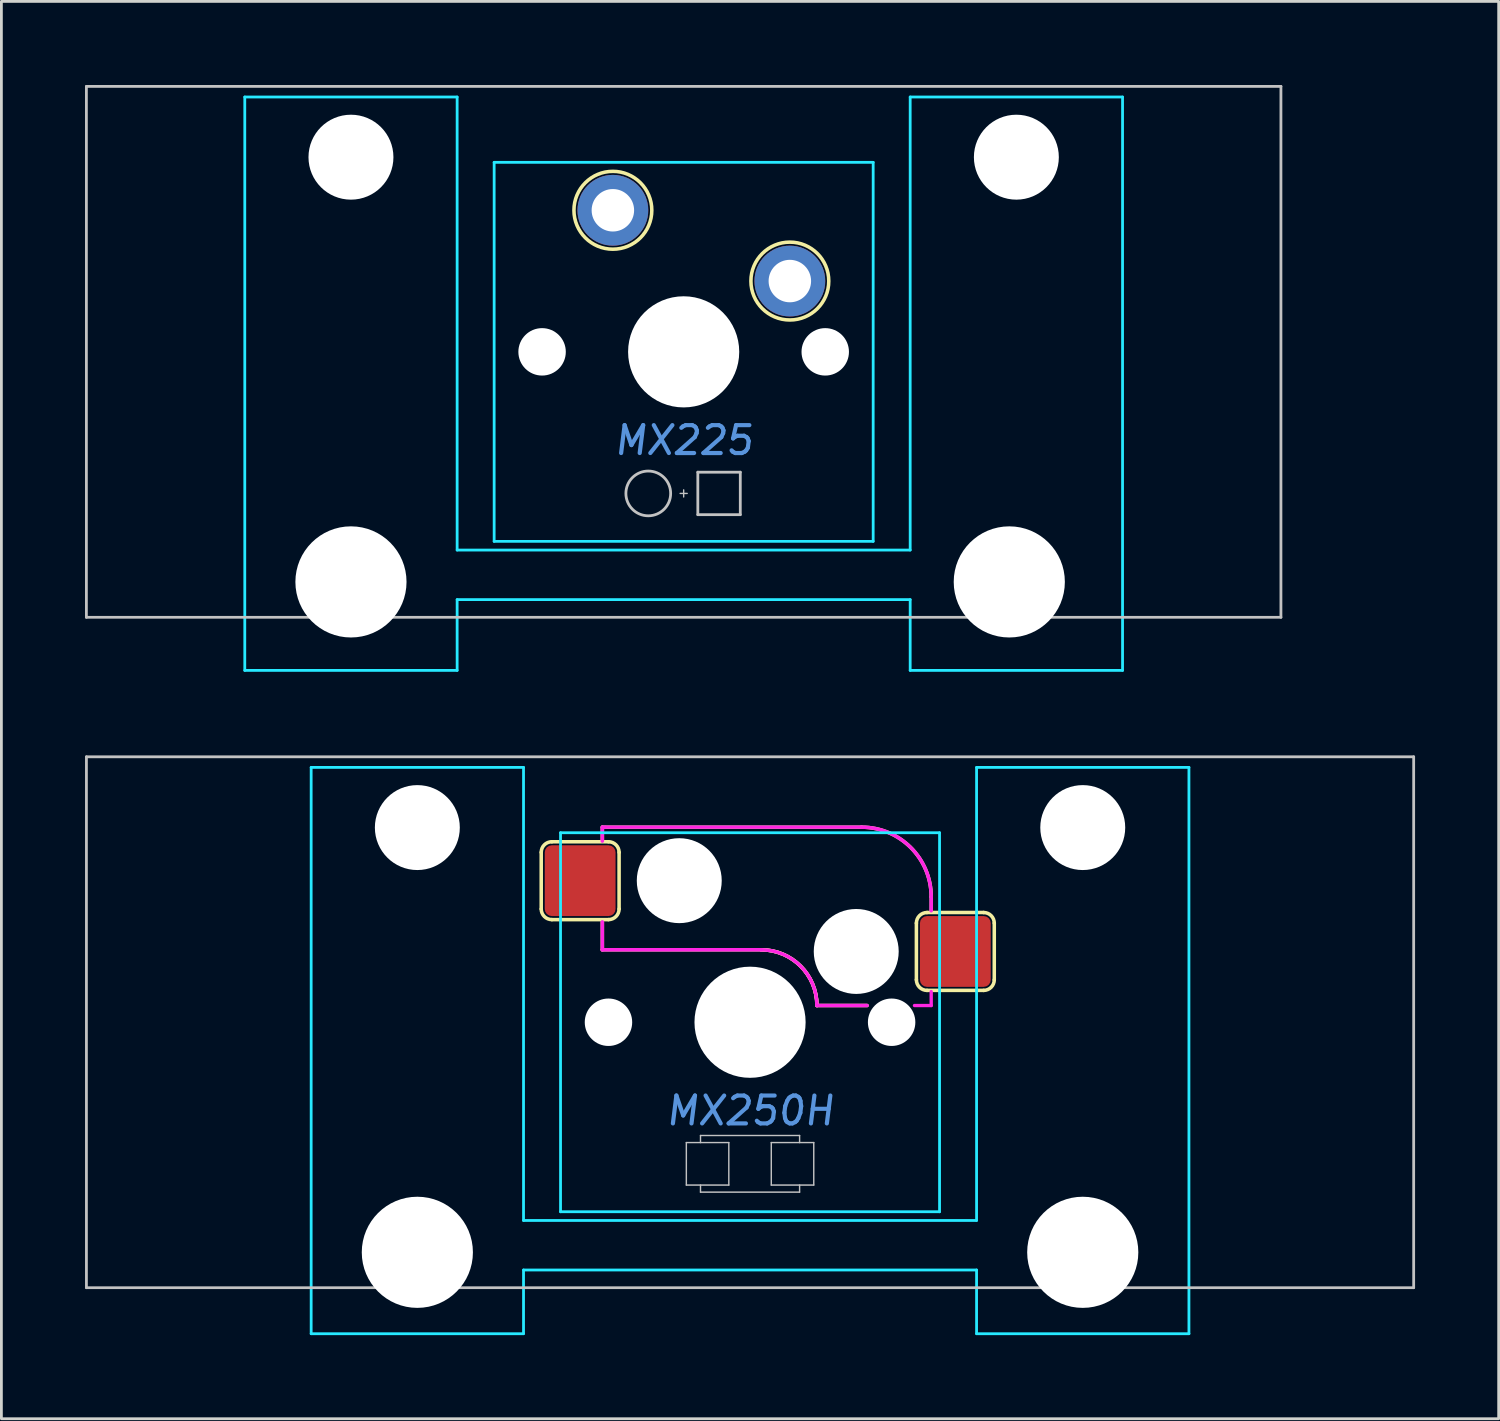
<source format=kicad_pcb>
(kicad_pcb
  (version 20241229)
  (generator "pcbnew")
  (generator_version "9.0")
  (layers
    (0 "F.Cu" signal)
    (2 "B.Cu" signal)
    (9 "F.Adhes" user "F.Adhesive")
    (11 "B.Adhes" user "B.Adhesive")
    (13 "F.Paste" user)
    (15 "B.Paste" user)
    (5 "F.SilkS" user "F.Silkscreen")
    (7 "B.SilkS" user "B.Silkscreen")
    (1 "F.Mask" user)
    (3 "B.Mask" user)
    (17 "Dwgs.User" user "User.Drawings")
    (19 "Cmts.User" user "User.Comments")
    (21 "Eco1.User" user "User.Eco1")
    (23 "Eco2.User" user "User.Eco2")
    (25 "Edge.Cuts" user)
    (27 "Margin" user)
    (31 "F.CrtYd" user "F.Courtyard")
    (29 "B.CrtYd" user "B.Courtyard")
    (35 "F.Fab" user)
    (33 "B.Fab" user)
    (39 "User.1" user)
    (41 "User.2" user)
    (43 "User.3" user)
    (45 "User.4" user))
  (footprint "MX225"
    (layer "F.Cu")
    (at 21.481 9.575)
    (property "Reference" "MX225" (at 0 3.175 0) (layer "Cmts.User") (effects (font (size 1 1) (thickness 0.15) (italic yes))))
    (attr through_hole)
    (fp_circle (center -2.54 -5.08) (end -1.143 -5.08) (stroke (width 0.127) (type solid)) (fill no) (layer "F.SilkS"))
    (fp_circle (center 3.81 -2.54) (end 5.207 -2.54) (stroke (width 0.127) (type solid)) (fill no) (layer "F.SilkS"))
    (fp_line (start -21.431 -9.525) (end -21.431 9.525) (stroke (width 0.1) (type solid)) (layer "Dwgs.User"))
    (fp_line (start -21.431 -9.525) (end 21.431 -9.525) (stroke (width 0.1) (type solid)) (layer "Dwgs.User"))
    (fp_line (start -21.431 9.525) (end 21.431 9.525) (stroke (width 0.1) (type solid)) (layer "Dwgs.User"))
    (fp_line (start -0.127 5.08) (end 0.127 5.08) (stroke (width 0.05) (type solid)) (layer "Dwgs.User"))
    (fp_line (start 0 5.207) (end 0 4.953) (stroke (width 0.05) (type solid)) (layer "Dwgs.User"))
    (fp_line (start 0.508 4.318) (end 0.508 5.842) (stroke (width 0.1) (type solid)) (layer "Dwgs.User"))
    (fp_line (start 0.508 4.318) (end 2.032 4.318) (stroke (width 0.1) (type solid)) (layer "Dwgs.User"))
    (fp_line (start 0.508 5.842) (end 2.032 5.842) (stroke (width 0.1) (type solid)) (layer "Dwgs.User"))
    (fp_line (start 2.032 5.842) (end 2.032 4.318) (stroke (width 0.1) (type solid)) (layer "Dwgs.User"))
    (fp_line (start 21.431 -9.525) (end 21.431 9.525) (stroke (width 0.1) (type solid)) (layer "Dwgs.User"))
    (fp_circle (center -1.27 5.08) (end -0.467 5.08) (stroke (width 0.1) (type solid)) (fill no) (layer "Dwgs.User"))
    (fp_line (start -15.748 -9.144) (end -8.128 -9.144) (stroke (width 0.1) (type solid)) (layer "B.CrtYd"))
    (fp_line (start -15.748 11.43) (end -15.748 -9.144) (stroke (width 0.1) (type solid)) (layer "B.CrtYd"))
    (fp_line (start -8.128 -9.144) (end -8.128 7.112) (stroke (width 0.1) (type solid)) (layer "B.CrtYd"))
    (fp_line (start -8.128 7.112) (end 8.128 7.112) (stroke (width 0.1) (type solid)) (layer "B.CrtYd"))
    (fp_line (start -8.128 8.89) (end 8.128 8.89) (stroke (width 0.1) (type solid)) (layer "B.CrtYd"))
    (fp_line (start -8.128 11.43) (end -15.748 11.43) (stroke (width 0.1) (type solid)) (layer "B.CrtYd"))
    (fp_line (start -8.128 11.43) (end -8.128 8.89) (stroke (width 0.1) (type solid)) (layer "B.CrtYd"))
    (fp_line (start -6.8 6.8) (end -6.8 -6.8) (stroke (width 0.1) (type solid)) (layer "B.CrtYd"))
    (fp_line (start 6.8 -6.8) (end -6.8 -6.8) (stroke (width 0.1) (type solid)) (layer "B.CrtYd"))
    (fp_line (start 6.8 6.8) (end -6.8 6.8) (stroke (width 0.1) (type solid)) (layer "B.CrtYd"))
    (fp_line (start 6.8 6.8) (end 6.8 -6.8) (stroke (width 0.1) (type solid)) (layer "B.CrtYd"))
    (fp_line (start 8.128 -9.144) (end 8.128 7.112) (stroke (width 0.1) (type solid)) (layer "B.CrtYd"))
    (fp_line (start 8.128 -9.144) (end 15.748 -9.144) (stroke (width 0.1) (type solid)) (layer "B.CrtYd"))
    (fp_line (start 8.128 11.43) (end 8.128 8.89) (stroke (width 0.1) (type solid)) (layer "B.CrtYd"))
    (fp_line (start 15.748 -9.144) (end 15.748 11.43) (stroke (width 0.1) (type solid)) (layer "B.CrtYd"))
    (fp_line (start 15.748 11.43) (end 8.128 11.43) (stroke (width 0.1) (type solid)) (layer "B.CrtYd"))
    (pad "" np_thru_hole circle (at -11.938 -6.985) (size 3.048 3.048) (drill 3.048) (layers "*.Cu" "*.Mask"))
    (pad "" np_thru_hole circle (at -11.938 8.255) (size 3.988 3.988) (drill 3.988) (layers "*.Cu" "*.Mask"))
    (pad "" np_thru_hole circle (at -5.08 0) (size 1.702 1.702) (drill 1.702) (layers "*.Cu" "*.Mask"))
    (pad "" np_thru_hole circle (at 0 0) (size 3.988 3.988) (drill 3.988) (layers "*.Cu" "*.Mask"))
    (pad "" np_thru_hole circle (at 5.08 0) (size 1.702 1.702) (drill 1.702) (layers "*.Cu" "*.Mask"))
    (pad "" np_thru_hole circle (at 11.684 8.255) (size 3.988 3.988) (drill 3.988) (layers "*.Cu" "*.Mask"))
    (pad "" np_thru_hole circle (at 11.938 -6.985) (size 3.048 3.048) (drill 3.048) (layers "*.Cu" "*.Mask"))
    (pad "1" thru_hole circle (at -2.54 -5.08) (size 2.54 2.54) (drill 1.524) (layers "*.Cu" "*.Mask"))
    (pad "2" thru_hole circle (at 3.81 -2.54) (size 2.54 2.54) (drill 1.524) (layers "*.Cu" "*.Mask")))
  (footprint "MX250H"
    (layer "F.Cu")
    (at 23.863 33.63)
    (property "Reference" "MX250H" (at 0 3.175 0) (layer "Cmts.User") (effects (font (size 1 1) (thickness 0.15) (italic yes))))
    (attr through_hole)
    (fp_line (start -7.493 -6.096) (end -7.493 -4.064) (stroke (width 0.127) (type solid)) (layer "F.SilkS"))
    (fp_line (start -7.112 -3.683) (end -5.08 -3.683) (stroke (width 0.127) (type solid)) (layer "F.SilkS"))
    (fp_line (start -5.3 -7) (end -5.3 -6.5) (stroke (width 0.127) (type solid)) (layer "F.SilkS"))
    (fp_line (start -5.3 -3.6) (end -5.3 -2.6) (stroke (width 0.127) (type solid)) (layer "F.SilkS"))
    (fp_line (start -5.08 -6.477) (end -7.112 -6.477) (stroke (width 0.127) (type solid)) (layer "F.SilkS"))
    (fp_line (start -4.699 -4.064) (end -4.699 -6.096) (stroke (width 0.127) (type solid)) (layer "F.SilkS"))
    (fp_line (start 0.4 -2.6) (end -5.3 -2.6) (stroke (width 0.127) (type solid)) (layer "F.SilkS"))
    (fp_line (start 4 -7) (end -5.3 -7) (stroke (width 0.12) (type solid)) (layer "F.SilkS"))
    (fp_line (start 4.2 -0.6) (end 2.4 -0.6) (stroke (width 0.127) (type solid)) (layer "F.SilkS"))
    (fp_line (start 5.969 -3.556) (end 5.969 -1.524) (stroke (width 0.127) (type solid)) (layer "F.SilkS"))
    (fp_line (start 6.35 -1.143) (end 8.382 -1.143) (stroke (width 0.127) (type solid)) (layer "F.SilkS"))
    (fp_line (start 6.5 -4.5) (end 6.5 -4) (stroke (width 0.12) (type solid)) (layer "F.SilkS"))
    (fp_line (start 8.382 -3.937) (end 6.35 -3.937) (stroke (width 0.127) (type solid)) (layer "F.SilkS"))
    (fp_line (start 8.763 -1.524) (end 8.763 -3.556) (stroke (width 0.127) (type solid)) (layer "F.SilkS"))
    (fp_arc (start -7.493 -6.096) (mid -7.381408 -6.365408) (end -7.112 -6.477) (stroke (width 0.127) (type solid)) (layer "F.SilkS"))
    (fp_arc (start -7.112 -3.683) (mid -7.381408 -3.794592) (end -7.493 -4.064) (stroke (width 0.127) (type solid)) (layer "F.SilkS"))
    (fp_arc (start -5.08 -6.477) (mid -4.810592 -6.365408) (end -4.699 -6.096) (stroke (width 0.127) (type solid)) (layer "F.SilkS"))
    (fp_arc (start -4.699 -4.064) (mid -4.810592 -3.794592) (end -5.08 -3.683) (stroke (width 0.127) (type solid)) (layer "F.SilkS"))
    (fp_arc (start 0.4 -2.6) (mid 1.814214 -2.014214) (end 2.4 -0.6) (stroke (width 0.127) (type solid)) (layer "F.SilkS"))
    (fp_arc (start 0.4 -2.6) (mid 1.814214 -2.014214) (end 2.4 -0.6) (stroke (width 0.127) (type solid)) (layer "F.SilkS"))
    (fp_arc (start 4 -7) (mid 5.767767 -6.267767) (end 6.5 -4.5) (stroke (width 0.127) (type solid)) (layer "F.SilkS"))
    (fp_arc (start 5.969 -3.556) (mid 6.080592 -3.825408) (end 6.35 -3.937) (stroke (width 0.127) (type solid)) (layer "F.SilkS"))
    (fp_arc (start 6.35 -1.143) (mid 6.080592 -1.254592) (end 5.969 -1.524) (stroke (width 0.127) (type solid)) (layer "F.SilkS"))
    (fp_arc (start 8.382 -3.937) (mid 8.651408 -3.825408) (end 8.763 -3.556) (stroke (width 0.127) (type solid)) (layer "F.SilkS"))
    (fp_arc (start 8.763 -1.524) (mid 8.651408 -1.254592) (end 8.382 -1.143) (stroke (width 0.127) (type solid)) (layer "F.SilkS"))
    (fp_line (start -23.812 -9.525) (end -23.812 9.525) (stroke (width 0.1) (type solid)) (layer "Dwgs.User"))
    (fp_line (start -23.812 -9.525) (end 23.812 -9.525) (stroke (width 0.1) (type solid)) (layer "Dwgs.User"))
    (fp_line (start -23.812 9.525) (end 23.812 9.525) (stroke (width 0.1) (type solid)) (layer "Dwgs.User"))
    (fp_line (start -2.286 4.318) (end -0.762 4.318) (stroke (width 0.051) (type solid)) (layer "Dwgs.User"))
    (fp_line (start -2.286 5.842) (end -2.286 4.318) (stroke (width 0.051) (type solid)) (layer "Dwgs.User"))
    (fp_line (start -1.778 4.064) (end 1.778 4.064) (stroke (width 0.051) (type solid)) (layer "Dwgs.User"))
    (fp_line (start -1.778 4.318) (end -1.778 4.064) (stroke (width 0.051) (type solid)) (layer "Dwgs.User"))
    (fp_line (start -1.778 6.096) (end -1.778 5.842) (stroke (width 0.051) (type solid)) (layer "Dwgs.User"))
    (fp_line (start -0.762 4.318) (end -0.762 5.842) (stroke (width 0.051) (type solid)) (layer "Dwgs.User"))
    (fp_line (start -0.762 5.842) (end -2.286 5.842) (stroke (width 0.051) (type solid)) (layer "Dwgs.User"))
    (fp_line (start 0.762 4.318) (end 2.286 4.318) (stroke (width 0.051) (type solid)) (layer "Dwgs.User"))
    (fp_line (start 0.762 5.842) (end 0.762 4.318) (stroke (width 0.051) (type solid)) (layer "Dwgs.User"))
    (fp_line (start 1.778 4.064) (end 1.778 4.318) (stroke (width 0.051) (type solid)) (layer "Dwgs.User"))
    (fp_line (start 1.778 5.842) (end 1.778 6.096) (stroke (width 0.051) (type solid)) (layer "Dwgs.User"))
    (fp_line (start 1.778 6.096) (end -1.778 6.096) (stroke (width 0.051) (type solid)) (layer "Dwgs.User"))
    (fp_line (start 2.286 4.318) (end 2.286 5.842) (stroke (width 0.051) (type solid)) (layer "Dwgs.User"))
    (fp_line (start 2.286 5.842) (end 0.762 5.842) (stroke (width 0.051) (type solid)) (layer "Dwgs.User"))
    (fp_line (start 23.812 -9.525) (end 23.812 9.525) (stroke (width 0.1) (type solid)) (layer "Dwgs.User"))
    (fp_line (start -15.748 -9.144) (end -15.748 11.176) (stroke (width 0.1) (type solid)) (layer "B.CrtYd"))
    (fp_line (start -15.748 11.176) (end -8.128 11.176) (stroke (width 0.1) (type solid)) (layer "B.CrtYd"))
    (fp_line (start -8.128 -9.144) (end -15.748 -9.144) (stroke (width 0.1) (type solid)) (layer "B.CrtYd"))
    (fp_line (start -8.128 7.112) (end -8.128 -9.144) (stroke (width 0.1) (type solid)) (layer "B.CrtYd"))
    (fp_line (start -8.128 7.112) (end 8.128 7.112) (stroke (width 0.1) (type solid)) (layer "B.CrtYd"))
    (fp_line (start -8.128 8.89) (end -8.128 11.176) (stroke (width 0.1) (type solid)) (layer "B.CrtYd"))
    (fp_line (start -8.128 8.89) (end 8.128 8.89) (stroke (width 0.1) (type solid)) (layer "B.CrtYd"))
    (fp_line (start -6.8 -6.8) (end -6.8 6.8) (stroke (width 0.1) (type solid)) (layer "B.CrtYd"))
    (fp_line (start 6.8 -6.8) (end -6.8 -6.8) (stroke (width 0.1) (type solid)) (layer "B.CrtYd"))
    (fp_line (start 6.8 -6.8) (end 6.8 6.8) (stroke (width 0.1) (type solid)) (layer "B.CrtYd"))
    (fp_line (start 6.8 6.8) (end -6.8 6.8) (stroke (width 0.1) (type solid)) (layer "B.CrtYd"))
    (fp_line (start 8.128 -9.144) (end 15.748 -9.144) (stroke (width 0.1) (type solid)) (layer "B.CrtYd"))
    (fp_line (start 8.128 7.112) (end 8.128 -9.142) (stroke (width 0.1) (type solid)) (layer "B.CrtYd"))
    (fp_line (start 8.128 8.89) (end 8.128 11.176) (stroke (width 0.1) (type solid)) (layer "B.CrtYd"))
    (fp_line (start 15.748 11.176) (end 8.128 11.176) (stroke (width 0.1) (type solid)) (layer "B.CrtYd"))
    (fp_line (start 15.748 11.176) (end 15.748 -9.144) (stroke (width 0.1) (type solid)) (layer "B.CrtYd"))
    (fp_line (start -5.3 -7) (end -5.3 -6.5) (stroke (width 0.127) (type solid)) (layer "F.CrtYd"))
    (fp_line (start -5.3 -3.6) (end -5.3 -2.6) (stroke (width 0.127) (type solid)) (layer "F.CrtYd"))
    (fp_line (start -5.2 -7) (end -5.3 -7) (stroke (width 0.12) (type solid)) (layer "F.CrtYd"))
    (fp_line (start 0.4 -2.6) (end -5.3 -2.6) (stroke (width 0.127) (type solid)) (layer "F.CrtYd"))
    (fp_line (start 4 -7) (end -5.2 -7) (stroke (width 0.12) (type solid)) (layer "F.CrtYd"))
    (fp_line (start 4.2 -0.6) (end 2.4 -0.6) (stroke (width 0.127) (type solid)) (layer "F.CrtYd"))
    (fp_line (start 6.5 -4.5) (end 6.5 -4) (stroke (width 0.127) (type solid)) (layer "F.CrtYd"))
    (fp_line (start 6.5 -1.1) (end 6.5 -0.6) (stroke (width 0.12) (type solid)) (layer "F.CrtYd"))
    (fp_line (start 6.5 -0.6) (end 5.9 -0.6) (stroke (width 0.12) (type solid)) (layer "F.CrtYd"))
    (fp_arc (start 0.4 -2.6) (mid 1.814214 -2.014214) (end 2.4 -0.6) (stroke (width 0.127) (type solid)) (layer "F.CrtYd"))
    (fp_arc (start 4 -7) (mid 5.767767 -6.267767) (end 6.5 -4.5) (stroke (width 0.127) (type solid)) (layer "F.CrtYd"))
    (pad "" np_thru_hole circle (at -11.938 -6.985) (size 3.048 3.048) (drill 3.048) (layers "*.Cu" "*.Mask"))
    (pad "" np_thru_hole circle (at -11.938 8.255) (size 3.988 3.988) (drill 3.988) (layers "*.Cu" "*.Mask"))
    (pad "" np_thru_hole circle (at -5.08 0) (size 1.702 1.702) (drill 1.702) (layers "*.Cu" "*.Mask"))
    (pad "" np_thru_hole circle (at -2.54 -5.08) (size 3.048 3.048) (drill 3.048) (layers "*.Cu" "*.Mask"))
    (pad "" np_thru_hole circle (at 0 0) (size 3.988 3.988) (drill 3.988) (layers "*.Cu" "*.Mask"))
    (pad "" np_thru_hole circle (at 3.81 -2.54) (size 3.048 3.048) (drill 3.048) (layers "*.Cu" "*.Mask"))
    (pad "" np_thru_hole circle (at 5.08 0) (size 1.702 1.702) (drill 1.702) (layers "*.Cu" "*.Mask"))
    (pad "" np_thru_hole circle (at 11.938 -6.985) (size 3.048 3.048) (drill 3.048) (layers "*.Cu" "*.Mask"))
    (pad "" np_thru_hole circle (at 11.938 8.255) (size 3.988 3.988) (drill 3.988) (layers "*.Cu" "*.Mask"))
    (pad "1" smd roundrect (at -6.096 -5.08) (size 2.54 2.54) (layers "F.Cu" "F.Mask") (roundrect_rratio 0.1))
    (pad "2" smd roundrect (at 7.366 -2.54) (size 2.54 2.54) (layers "F.Cu" "F.Mask") (roundrect_rratio 0.1)))
  (gr_rect
    (start -3 -3)
    (end 50.725 47.856)
    (stroke (width 0.1) (type default))
    (fill no)
    (layer "Edge.Cuts")))
</source>
